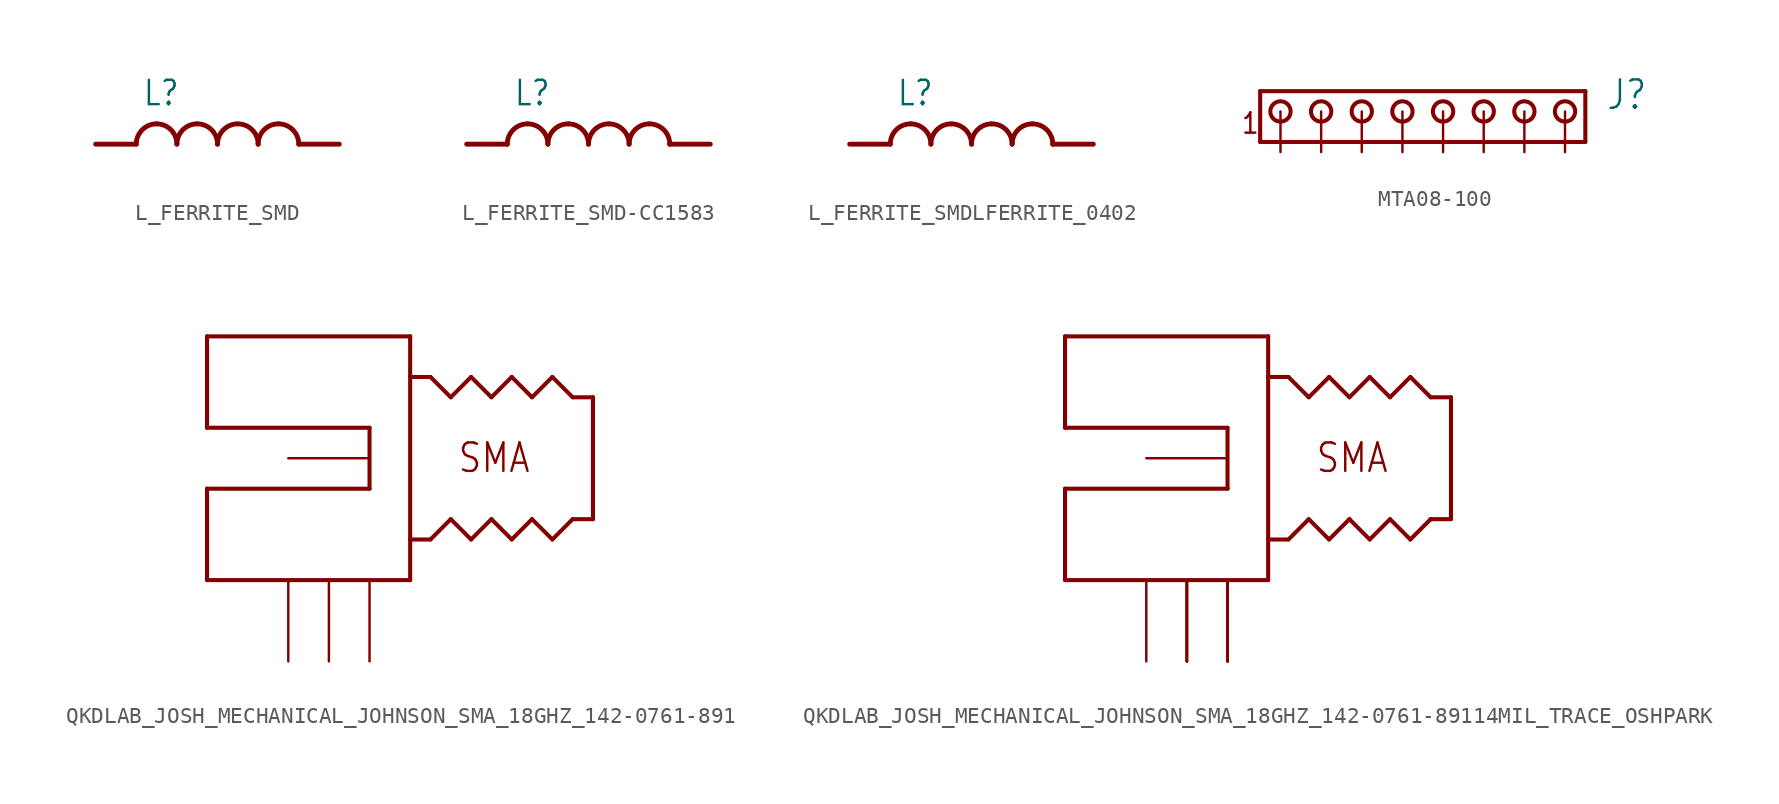
<source format=kicad_sym>
(kicad_symbol_lib
  (version 20231120)
  (generator "kicad_symbol_editor")
  (generator_version "8.0")
  (symbol "L_FERRITE_SMD"
    (property "Reference" "L"
      (at -4.7 2.31 0)
      (effects (font (size 1.524 1.295)) (justify left bottom)))
    (property "Value" ""
      (at -5.08 -2.54 0)
      (effects (font (size 1.524 1.295)) (justify left bottom)))
    (property "ki_locked" ""
      (at 0 0 0)
      (effects (font (size 1.27 1.27))))
    (symbol "L_FERRITE_SMD_1_0"
      (arc (start -3.81 1.27) (mid -4.708 0.898) (end -5.08 0) (stroke (width 0.3048) (type solid)) (fill (type none)))
      (arc (start -2.54 0) (mid -2.912 0.898) (end -3.81 1.27) (stroke (width 0.3048) (type solid)) (fill (type none)))
      (arc (start -1.27 1.27) (mid -2.168 0.898) (end -2.54 0) (stroke (width 0.3048) (type solid)) (fill (type none)))
      (arc (start 0 0) (mid -0.372 0.898) (end -1.27 1.27) (stroke (width 0.3048) (type solid)) (fill (type none)))
      (polyline (pts (xy -5.08 0) (xy -7.62 0)) (stroke (width 0.305) (type solid)) (fill (type none)))
      (polyline (pts (xy 5.08 0) (xy 7.62 0)) (stroke (width 0.305) (type solid)) (fill (type none)))
      (arc (start 1.27 1.27) (mid 0.372 0.898) (end 0 0) (stroke (width 0.3048) (type solid)) (fill (type none)))
      (arc (start 2.54 0) (mid 2.168 0.898) (end 1.27 1.27) (stroke (width 0.3048) (type solid)) (fill (type none)))
      (arc (start 3.81 1.27) (mid 2.912 0.898) (end 2.54 0) (stroke (width 0.3048) (type solid)) (fill (type none)))
      (arc (start 5.08 0) (mid 4.708 0.898) (end 3.81 1.27) (stroke (width 0.3048) (type solid)) (fill (type none)))
      (pin passive line (at -7.62 0 0) (length 2.54) (name "1" (effects (font (size 0 0)))) (number "P$1" (effects (font (size 0 0)))))
      (pin passive line (at 7.62 0 180) (length 2.54) (name "2" (effects (font (size 0 0)))) (number "P$2" (effects (font (size 0 0)))))))
  (symbol "L_FERRITE_SMD-CC1583"
    (property "Reference" "L"
      (at -4.7 2.31 0)
      (effects (font (size 1.524 1.295)) (justify left bottom)))
    (property "Value" ""
      (at -5.08 -2.54 0)
      (effects (font (size 1.524 1.295)) (justify left bottom)))
    (property "ki_locked" ""
      (at 0 0 0)
      (effects (font (size 1.27 1.27))))
    (symbol "L_FERRITE_SMD-CC1583_1_0"
      (arc (start -3.81 1.27) (mid -4.708 0.898) (end -5.08 0) (stroke (width 0.3048) (type solid)) (fill (type none)))
      (arc (start -2.54 0) (mid -2.912 0.898) (end -3.81 1.27) (stroke (width 0.3048) (type solid)) (fill (type none)))
      (arc (start -1.27 1.27) (mid -2.168 0.898) (end -2.54 0) (stroke (width 0.3048) (type solid)) (fill (type none)))
      (arc (start 0 0) (mid -0.372 0.898) (end -1.27 1.27) (stroke (width 0.3048) (type solid)) (fill (type none)))
      (polyline (pts (xy -5.08 0) (xy -7.62 0)) (stroke (width 0.305) (type solid)) (fill (type none)))
      (polyline (pts (xy 5.08 0) (xy 7.62 0)) (stroke (width 0.305) (type solid)) (fill (type none)))
      (arc (start 1.27 1.27) (mid 0.372 0.898) (end 0 0) (stroke (width 0.3048) (type solid)) (fill (type none)))
      (arc (start 2.54 0) (mid 2.168 0.898) (end 1.27 1.27) (stroke (width 0.3048) (type solid)) (fill (type none)))
      (arc (start 3.81 1.27) (mid 2.912 0.898) (end 2.54 0) (stroke (width 0.3048) (type solid)) (fill (type none)))
      (arc (start 5.08 0) (mid 4.708 0.898) (end 3.81 1.27) (stroke (width 0.3048) (type solid)) (fill (type none)))
      (pin passive line (at -7.62 0 0) (length 2.54) (name "1" (effects (font (size 0 0)))) (number "P$1" (effects (font (size 0 0)))))
      (pin passive line (at 7.62 0 180) (length 2.54) (name "2" (effects (font (size 0 0)))) (number "P$2" (effects (font (size 0 0)))))))
  (symbol "L_FERRITE_SMDLFERRITE_0402"
    (property "Reference" "L"
      (at -4.7 2.31 0)
      (effects (font (size 1.524 1.295)) (justify left bottom)))
    (property "Value" ""
      (at -5.08 -2.54 0)
      (effects (font (size 1.524 1.295)) (justify left bottom)))
    (property "ki_locked" ""
      (at 0 0 0)
      (effects (font (size 1.27 1.27))))
    (symbol "L_FERRITE_SMDLFERRITE_0402_1_0"
      (arc (start -3.81 1.27) (mid -4.708 0.898) (end -5.08 0) (stroke (width 0.3048) (type solid)) (fill (type none)))
      (arc (start -2.54 0) (mid -2.912 0.898) (end -3.81 1.27) (stroke (width 0.3048) (type solid)) (fill (type none)))
      (arc (start -1.27 1.27) (mid -2.168 0.898) (end -2.54 0) (stroke (width 0.3048) (type solid)) (fill (type none)))
      (arc (start 0 0) (mid -0.372 0.898) (end -1.27 1.27) (stroke (width 0.3048) (type solid)) (fill (type none)))
      (polyline (pts (xy -5.08 0) (xy -7.62 0)) (stroke (width 0.305) (type solid)) (fill (type none)))
      (polyline (pts (xy 5.08 0) (xy 7.62 0)) (stroke (width 0.305) (type solid)) (fill (type none)))
      (arc (start 1.27 1.27) (mid 0.372 0.898) (end 0 0) (stroke (width 0.3048) (type solid)) (fill (type none)))
      (arc (start 2.54 0) (mid 2.168 0.898) (end 1.27 1.27) (stroke (width 0.3048) (type solid)) (fill (type none)))
      (arc (start 3.81 1.27) (mid 2.912 0.898) (end 2.54 0) (stroke (width 0.3048) (type solid)) (fill (type none)))
      (arc (start 5.08 0) (mid 4.708 0.898) (end 3.81 1.27) (stroke (width 0.3048) (type solid)) (fill (type none)))
      (pin passive line (at -7.62 0 0) (length 2.54) (name "1" (effects (font (size 0 0)))) (number "P$1" (effects (font (size 0 0)))))
      (pin passive line (at 7.62 0 180) (length 2.54) (name "2" (effects (font (size 0 0)))) (number "P$2" (effects (font (size 0 0)))))))
  (symbol "MTA08-100"
    (property "Reference" "J"
      (at 12.7 0 0)
      (effects (font (size 1.778 1.511)) (justify left bottom)))
    (property "Value" ""
      (at 12.7 -3.81 0)
      (effects (font (size 1.778 1.511)) (justify left bottom)))
    (property "ki_locked" ""
      (at 0 0 0)
      (effects (font (size 1.27 1.27))))
    (symbol "MTA08-100_1_0"
      (circle (center -7.62 0) (radius 0.635) (stroke (width 0.254) (type solid)) (fill (type none)))
      (circle (center -5.08 0) (radius 0.635) (stroke (width 0.254) (type solid)) (fill (type none)))
      (circle (center -2.54 0) (radius 0.635) (stroke (width 0.254) (type solid)) (fill (type none)))
      (polyline (pts (xy -8.89 1.27) (xy -8.89 -1.905)) (stroke (width 0.254) (type solid)) (fill (type none)))
      (polyline (pts (xy -8.89 1.27) (xy 11.43 1.27)) (stroke (width 0.254) (type solid)) (fill (type none)))
      (polyline (pts (xy 11.43 -1.905) (xy -8.89 -1.905)) (stroke (width 0.254) (type solid)) (fill (type none)))
      (polyline (pts (xy 11.43 -1.905) (xy 11.43 1.27)) (stroke (width 0.254) (type solid)) (fill (type none)))
      (circle (center 0 0) (radius 0.635) (stroke (width 0.254) (type solid)) (fill (type none)))
      (circle (center 2.54 0) (radius 0.635) (stroke (width 0.254) (type solid)) (fill (type none)))
      (circle (center 5.08 0) (radius 0.635) (stroke (width 0.254) (type solid)) (fill (type none)))
      (circle (center 7.62 0) (radius 0.635) (stroke (width 0.254) (type solid)) (fill (type none)))
      (circle (center 10.16 0) (radius 0.635) (stroke (width 0.254) (type solid)) (fill (type none)))
      (text "1" (at -8.89 0 0) (effects (font (size 1.27 1.079)) (justify right top)))
      (pin passive line (at -7.62 -2.54 90) (length 2.54) (name "1" (effects (font (size 0 0)))) (number "1" (effects (font (size 0 0)))))
      (pin passive line (at -5.08 -2.54 90) (length 2.54) (name "2" (effects (font (size 0 0)))) (number "2" (effects (font (size 0 0)))))
      (pin passive line (at -2.54 -2.54 90) (length 2.54) (name "3" (effects (font (size 0 0)))) (number "3" (effects (font (size 0 0)))))
      (pin passive line (at 0 -2.54 90) (length 2.54) (name "4" (effects (font (size 0 0)))) (number "4" (effects (font (size 0 0)))))
      (pin passive line (at 2.54 -2.54 90) (length 2.54) (name "5" (effects (font (size 0 0)))) (number "5" (effects (font (size 0 0)))))
      (pin passive line (at 5.08 -2.54 90) (length 2.54) (name "6" (effects (font (size 0 0)))) (number "6" (effects (font (size 0 0)))))
      (pin passive line (at 7.62 -2.54 90) (length 2.54) (name "7" (effects (font (size 0 0)))) (number "7" (effects (font (size 0 0)))))
      (pin passive line (at 10.16 -2.54 90) (length 2.54) (name "8" (effects (font (size 0 0)))) (number "8" (effects (font (size 0 0)))))))
  (symbol "QKDLAB_JOSH_MECHANICAL_JOHNSON_SMA_18GHZ_142-0761-891"
    (property "Reference" "J"
      (at 0 0 0)
      (effects (font (size 1.27 1.27)) (hide yes)))
    (property "ki_locked" ""
      (at 0 0 0)
      (effects (font (size 1.27 1.27))))
    (symbol "QKDLAB_JOSH_MECHANICAL_JOHNSON_SMA_18GHZ_142-0761-891_1_0"
      (polyline (pts (xy -20.32 -7.62) (xy -20.32 -1.905)) (stroke (width 0.254) (type solid)) (fill (type none)))
      (polyline (pts (xy -20.32 -1.905) (xy -10.16 -1.905)) (stroke (width 0.254) (type solid)) (fill (type none)))
      (polyline (pts (xy -20.32 1.905) (xy -20.32 7.62)) (stroke (width 0.254) (type solid)) (fill (type none)))
      (polyline (pts (xy -20.32 7.62) (xy -7.62 7.62)) (stroke (width 0.254) (type solid)) (fill (type none)))
      (polyline (pts (xy -10.16 -1.905) (xy -10.16 1.905)) (stroke (width 0.254) (type solid)) (fill (type none)))
      (polyline (pts (xy -10.16 1.905) (xy -20.32 1.905)) (stroke (width 0.254) (type solid)) (fill (type none)))
      (polyline (pts (xy -7.62 -7.62) (xy -20.32 -7.62)) (stroke (width 0.254) (type solid)) (fill (type none)))
      (polyline (pts (xy -7.62 -5.08) (xy -7.62 -7.62)) (stroke (width 0.254) (type solid)) (fill (type none)))
      (polyline (pts (xy -7.62 -5.08) (xy -6.35 -5.08)) (stroke (width 0.254) (type solid)) (fill (type none)))
      (polyline (pts (xy -7.62 5.08) (xy -7.62 -5.08)) (stroke (width 0.254) (type solid)) (fill (type none)))
      (polyline (pts (xy -7.62 7.62) (xy -7.62 5.08)) (stroke (width 0.254) (type solid)) (fill (type none)))
      (polyline (pts (xy -6.35 -5.08) (xy -5.08 -3.81)) (stroke (width 0.254) (type solid)) (fill (type none)))
      (polyline (pts (xy -6.35 5.08) (xy -7.62 5.08)) (stroke (width 0.254) (type solid)) (fill (type none)))
      (polyline (pts (xy -5.08 -3.81) (xy -3.81 -5.08)) (stroke (width 0.254) (type solid)) (fill (type none)))
      (polyline (pts (xy -5.08 3.81) (xy -6.35 5.08)) (stroke (width 0.254) (type solid)) (fill (type none)))
      (polyline (pts (xy -3.81 -5.08) (xy -2.54 -3.81)) (stroke (width 0.254) (type solid)) (fill (type none)))
      (polyline (pts (xy -3.81 5.08) (xy -5.08 3.81)) (stroke (width 0.254) (type solid)) (fill (type none)))
      (polyline (pts (xy -2.54 -3.81) (xy -1.27 -5.08)) (stroke (width 0.254) (type solid)) (fill (type none)))
      (polyline (pts (xy -2.54 3.81) (xy -3.81 5.08)) (stroke (width 0.254) (type solid)) (fill (type none)))
      (polyline (pts (xy -1.27 -5.08) (xy 0 -3.81)) (stroke (width 0.254) (type solid)) (fill (type none)))
      (polyline (pts (xy -1.27 5.08) (xy -2.54 3.81)) (stroke (width 0.254) (type solid)) (fill (type none)))
      (polyline (pts (xy 0 -3.81) (xy 1.27 -5.08)) (stroke (width 0.254) (type solid)) (fill (type none)))
      (polyline (pts (xy 0 3.81) (xy -1.27 5.08)) (stroke (width 0.254) (type solid)) (fill (type none)))
      (polyline (pts (xy 1.27 5.08) (xy 0 3.81)) (stroke (width 0.254) (type solid)) (fill (type none)))
      (polyline (pts (xy 1.27 5.08) (xy 2.54 3.81)) (stroke (width 0.254) (type solid)) (fill (type none)))
      (polyline (pts (xy 2.54 -3.81) (xy 1.27 -5.08)) (stroke (width 0.254) (type solid)) (fill (type none)))
      (polyline (pts (xy 2.54 3.81) (xy 3.81 3.81)) (stroke (width 0.254) (type solid)) (fill (type none)))
      (polyline (pts (xy 3.81 -3.81) (xy 2.54 -3.81)) (stroke (width 0.254) (type solid)) (fill (type none)))
      (polyline (pts (xy 3.81 3.81) (xy 3.81 -3.81)) (stroke (width 0.254) (type solid)) (fill (type none)))
      (text "SMA" (at -4.699 -1.016 0) (effects (font (size 1.778 1.511)) (justify left bottom)))
      (pin bidirectional line (at -15.24 0 0) (length 5.08) (name "SIG" (effects (font (size 0 0)))) (number "P$1" (effects (font (size 0 0)))))
      (pin bidirectional line (at -15.24 -12.7 90) (length 5.08) (name "GND@1" (effects (font (size 0 0)))) (number "P$2" (effects (font (size 0 0)))))
      (pin bidirectional line (at -12.7 -12.7 90) (length 5.08) (name "GND@2" (effects (font (size 0 0)))) (number "P$3" (effects (font (size 0 0)))))
      (pin bidirectional line (at -10.16 -12.7 90) (length 5.08) (name "GND@3" (effects (font (size 0 0)))) (number "P$4" (effects (font (size 0 0)))))))
  (symbol "QKDLAB_JOSH_MECHANICAL_JOHNSON_SMA_18GHZ_142-0761-89114MIL_TRACE_OSHPARK"
    (property "Reference" "J"
      (at 0 0 0)
      (effects (font (size 1.27 1.27)) (hide yes)))
    (property "ki_locked" ""
      (at 0 0 0)
      (effects (font (size 1.27 1.27))))
    (symbol "QKDLAB_JOSH_MECHANICAL_JOHNSON_SMA_18GHZ_142-0761-89114MIL_TRACE_OSHPARK_1_0"
      (polyline (pts (xy -20.32 -7.62) (xy -20.32 -1.905)) (stroke (width 0.254) (type solid)) (fill (type none)))
      (polyline (pts (xy -20.32 -1.905) (xy -10.16 -1.905)) (stroke (width 0.254) (type solid)) (fill (type none)))
      (polyline (pts (xy -20.32 1.905) (xy -20.32 7.62)) (stroke (width 0.254) (type solid)) (fill (type none)))
      (polyline (pts (xy -20.32 7.62) (xy -7.62 7.62)) (stroke (width 0.254) (type solid)) (fill (type none)))
      (polyline (pts (xy -10.16 -1.905) (xy -10.16 1.905)) (stroke (width 0.254) (type solid)) (fill (type none)))
      (polyline (pts (xy -10.16 1.905) (xy -20.32 1.905)) (stroke (width 0.254) (type solid)) (fill (type none)))
      (polyline (pts (xy -7.62 -7.62) (xy -20.32 -7.62)) (stroke (width 0.254) (type solid)) (fill (type none)))
      (polyline (pts (xy -7.62 -5.08) (xy -7.62 -7.62)) (stroke (width 0.254) (type solid)) (fill (type none)))
      (polyline (pts (xy -7.62 -5.08) (xy -6.35 -5.08)) (stroke (width 0.254) (type solid)) (fill (type none)))
      (polyline (pts (xy -7.62 5.08) (xy -7.62 -5.08)) (stroke (width 0.254) (type solid)) (fill (type none)))
      (polyline (pts (xy -7.62 7.62) (xy -7.62 5.08)) (stroke (width 0.254) (type solid)) (fill (type none)))
      (polyline (pts (xy -6.35 -5.08) (xy -5.08 -3.81)) (stroke (width 0.254) (type solid)) (fill (type none)))
      (polyline (pts (xy -6.35 5.08) (xy -7.62 5.08)) (stroke (width 0.254) (type solid)) (fill (type none)))
      (polyline (pts (xy -5.08 -3.81) (xy -3.81 -5.08)) (stroke (width 0.254) (type solid)) (fill (type none)))
      (polyline (pts (xy -5.08 3.81) (xy -6.35 5.08)) (stroke (width 0.254) (type solid)) (fill (type none)))
      (polyline (pts (xy -3.81 -5.08) (xy -2.54 -3.81)) (stroke (width 0.254) (type solid)) (fill (type none)))
      (polyline (pts (xy -3.81 5.08) (xy -5.08 3.81)) (stroke (width 0.254) (type solid)) (fill (type none)))
      (polyline (pts (xy -2.54 -3.81) (xy -1.27 -5.08)) (stroke (width 0.254) (type solid)) (fill (type none)))
      (polyline (pts (xy -2.54 3.81) (xy -3.81 5.08)) (stroke (width 0.254) (type solid)) (fill (type none)))
      (polyline (pts (xy -1.27 -5.08) (xy 0 -3.81)) (stroke (width 0.254) (type solid)) (fill (type none)))
      (polyline (pts (xy -1.27 5.08) (xy -2.54 3.81)) (stroke (width 0.254) (type solid)) (fill (type none)))
      (polyline (pts (xy 0 -3.81) (xy 1.27 -5.08)) (stroke (width 0.254) (type solid)) (fill (type none)))
      (polyline (pts (xy 0 3.81) (xy -1.27 5.08)) (stroke (width 0.254) (type solid)) (fill (type none)))
      (polyline (pts (xy 1.27 5.08) (xy 0 3.81)) (stroke (width 0.254) (type solid)) (fill (type none)))
      (polyline (pts (xy 1.27 5.08) (xy 2.54 3.81)) (stroke (width 0.254) (type solid)) (fill (type none)))
      (polyline (pts (xy 2.54 -3.81) (xy 1.27 -5.08)) (stroke (width 0.254) (type solid)) (fill (type none)))
      (polyline (pts (xy 2.54 3.81) (xy 3.81 3.81)) (stroke (width 0.254) (type solid)) (fill (type none)))
      (polyline (pts (xy 3.81 -3.81) (xy 2.54 -3.81)) (stroke (width 0.254) (type solid)) (fill (type none)))
      (polyline (pts (xy 3.81 3.81) (xy 3.81 -3.81)) (stroke (width 0.254) (type solid)) (fill (type none)))
      (text "SMA" (at -4.699 -1.016 0) (effects (font (size 1.778 1.511)) (justify left bottom)))
      (pin bidirectional line (at -15.24 0 0) (length 5.08) (name "SIG" (effects (font (size 0 0)))) (number "P$1" (effects (font (size 0 0)))))
      (pin bidirectional line (at -12.7 -12.7 90) (length 5.08) (name "GND@2" (effects (font (size 0 0)))) (number "P$10" (effects (font (size 0 0)))))
      (pin bidirectional line (at -12.7 -12.7 90) (length 5.08) (name "GND@2" (effects (font (size 0 0)))) (number "P$11" (effects (font (size 0 0)))))
      (pin bidirectional line (at -12.7 -12.7 90) (length 5.08) (name "GND@2" (effects (font (size 0 0)))) (number "P$12" (effects (font (size 0 0)))))
      (pin bidirectional line (at -12.7 -12.7 90) (length 5.08) (name "GND@2" (effects (font (size 0 0)))) (number "P$2" (effects (font (size 0 0)))))
      (pin bidirectional line (at -10.16 -12.7 90) (length 5.08) (name "GND@3" (effects (font (size 0 0)))) (number "P$3" (effects (font (size 0 0)))))
      (pin bidirectional line (at -15.24 -12.7 90) (length 5.08) (name "GND@1" (effects (font (size 0 0)))) (number "P$4" (effects (font (size 0 0)))))
      (pin bidirectional line (at -10.16 -12.7 90) (length 5.08) (name "GND@3" (effects (font (size 0 0)))) (number "P$5" (effects (font (size 0 0)))))
      (pin bidirectional line (at -10.16 -12.7 90) (length 5.08) (name "GND@3" (effects (font (size 0 0)))) (number "P$6" (effects (font (size 0 0)))))
      (pin bidirectional line (at -10.16 -12.7 90) (length 5.08) (name "GND@3" (effects (font (size 0 0)))) (number "P$7" (effects (font (size 0 0)))))
      (pin bidirectional line (at -10.16 -12.7 90) (length 5.08) (name "GND@3" (effects (font (size 0 0)))) (number "P$8" (effects (font (size 0 0)))))
      (pin bidirectional line (at -12.7 -12.7 90) (length 5.08) (name "GND@2" (effects (font (size 0 0)))) (number "P$9" (effects (font (size 0 0))))))))
</source>
